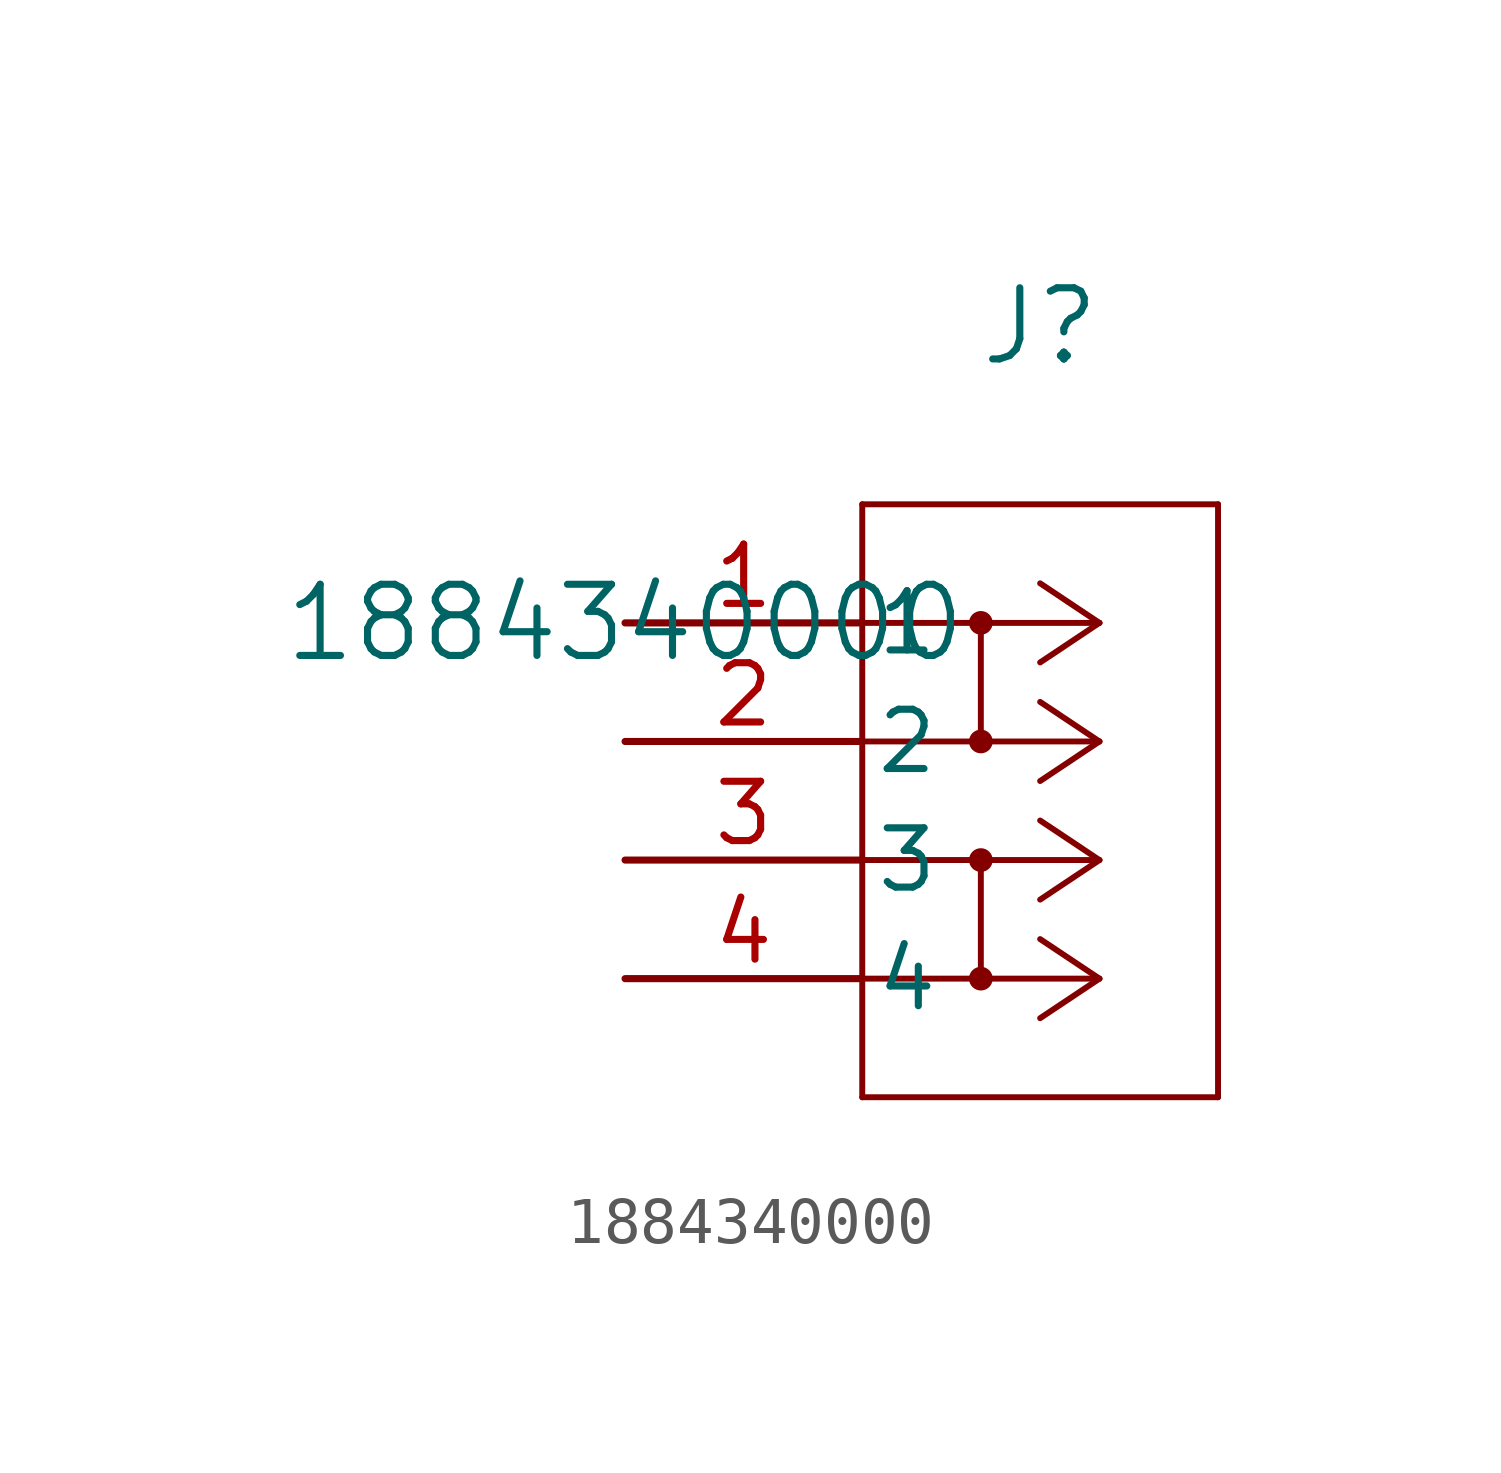
<source format=kicad_sym>
(kicad_symbol_lib
  (version 20211014)
  (generator kicad_symbol_editor)
  (symbol "1884340000"
    (pin_names
      (offset 0.254))
    (property "Reference" "J"
      (at 8.89 6.35 0)
      (effects (font (size 1.524 1.524))))
    (property "Value" "1884340000"
      (at 0 0 0)
      (effects (font (size 1.524 1.524))))
    (symbol "1884340000_0_1"
      (polyline (pts (xy 10.16 0) (xy 5.08 0)) (stroke (width 0.127) (type default) (color 0 0 0 0)) (fill (type none)))
      (polyline (pts (xy 10.16 -2.54) (xy 5.08 -2.54)) (stroke (width 0.127) (type default) (color 0 0 0 0)) (fill (type none)))
      (circle (center 7.62 0) (radius 0.127) (stroke (width 0.254) (type default) (color 0 0 0 0)) (fill (type none)))
      (circle (center 7.62 -2.54) (radius 0.127) (stroke (width 0.254) (type default) (color 0 0 0 0)) (fill (type none)))
      (polyline (pts (xy 10.16 0) (xy 8.89 0.847)) (stroke (width 0.127) (type default) (color 0 0 0 0)) (fill (type none)))
      (polyline (pts (xy 10.16 -2.54) (xy 8.89 -1.693)) (stroke (width 0.127) (type default) (color 0 0 0 0)) (fill (type none)))
      (polyline (pts (xy 7.62 0) (xy 7.62 -2.54)) (stroke (width 0.127) (type default) (color 0 0 0 0)) (fill (type none)))
      (polyline (pts (xy 10.16 -5.08) (xy 5.08 -5.08)) (stroke (width 0.127) (type default) (color 0 0 0 0)) (fill (type none)))
      (polyline (pts (xy 10.16 0) (xy 8.89 -0.847)) (stroke (width 0.127) (type default) (color 0 0 0 0)) (fill (type none)))
      (polyline (pts (xy 10.16 -2.54) (xy 8.89 -3.387)) (stroke (width 0.127) (type default) (color 0 0 0 0)) (fill (type none)))
      (polyline (pts (xy 10.16 -7.62) (xy 5.08 -7.62)) (stroke (width 0.127) (type default) (color 0 0 0 0)) (fill (type none)))
      (circle (center 7.62 -5.08) (radius 0.127) (stroke (width 0.254) (type default) (color 0 0 0 0)) (fill (type none)))
      (polyline (pts (xy 5.08 2.54) (xy 5.08 -10.16)) (stroke (width 0.127) (type default) (color 0 0 0 0)) (fill (type none)))
      (polyline (pts (xy 5.08 -10.16) (xy 12.7 -10.16)) (stroke (width 0.127) (type default) (color 0 0 0 0)) (fill (type none)))
      (polyline (pts (xy 12.7 -10.16) (xy 12.7 2.54)) (stroke (width 0.127) (type default) (color 0 0 0 0)) (fill (type none)))
      (polyline (pts (xy 12.7 2.54) (xy 5.08 2.54)) (stroke (width 0.127) (type default) (color 0 0 0 0)) (fill (type none)))
      (circle (center 7.62 -7.62) (radius 0.127) (stroke (width 0.254) (type default) (color 0 0 0 0)) (fill (type none)))
      (polyline (pts (xy 10.16 -5.08) (xy 8.89 -4.233)) (stroke (width 0.127) (type default) (color 0 0 0 0)) (fill (type none)))
      (polyline (pts (xy 10.16 -7.62) (xy 8.89 -6.773)) (stroke (width 0.127) (type default) (color 0 0 0 0)) (fill (type none)))
      (polyline (pts (xy 7.62 -5.08) (xy 7.62 -7.62)) (stroke (width 0.127) (type default) (color 0 0 0 0)) (fill (type none)))
      (polyline (pts (xy 10.16 -5.08) (xy 8.89 -5.927)) (stroke (width 0.127) (type default) (color 0 0 0 0)) (fill (type none)))
      (polyline (pts (xy 10.16 -7.62) (xy 8.89 -8.467)) (stroke (width 0.127) (type default) (color 0 0 0 0)) (fill (type none)))
      (pin unspecified line (at 0 0 0) (length 5.08) (name "1" (effects (font (size 1.27 1.27)))) (number "1" (effects (font (size 1.27 1.27)))))
      (pin unspecified line (at 0 -2.54 0) (length 5.08) (name "2" (effects (font (size 1.27 1.27)))) (number "2" (effects (font (size 1.27 1.27)))))
      (pin unspecified line (at 0 -5.08 0) (length 5.08) (name "3" (effects (font (size 1.27 1.27)))) (number "3" (effects (font (size 1.27 1.27)))))
      (pin unspecified line (at 0 -7.62 0) (length 5.08) (name "4" (effects (font (size 1.27 1.27)))) (number "4" (effects (font (size 1.27 1.27))))))))
</source>
